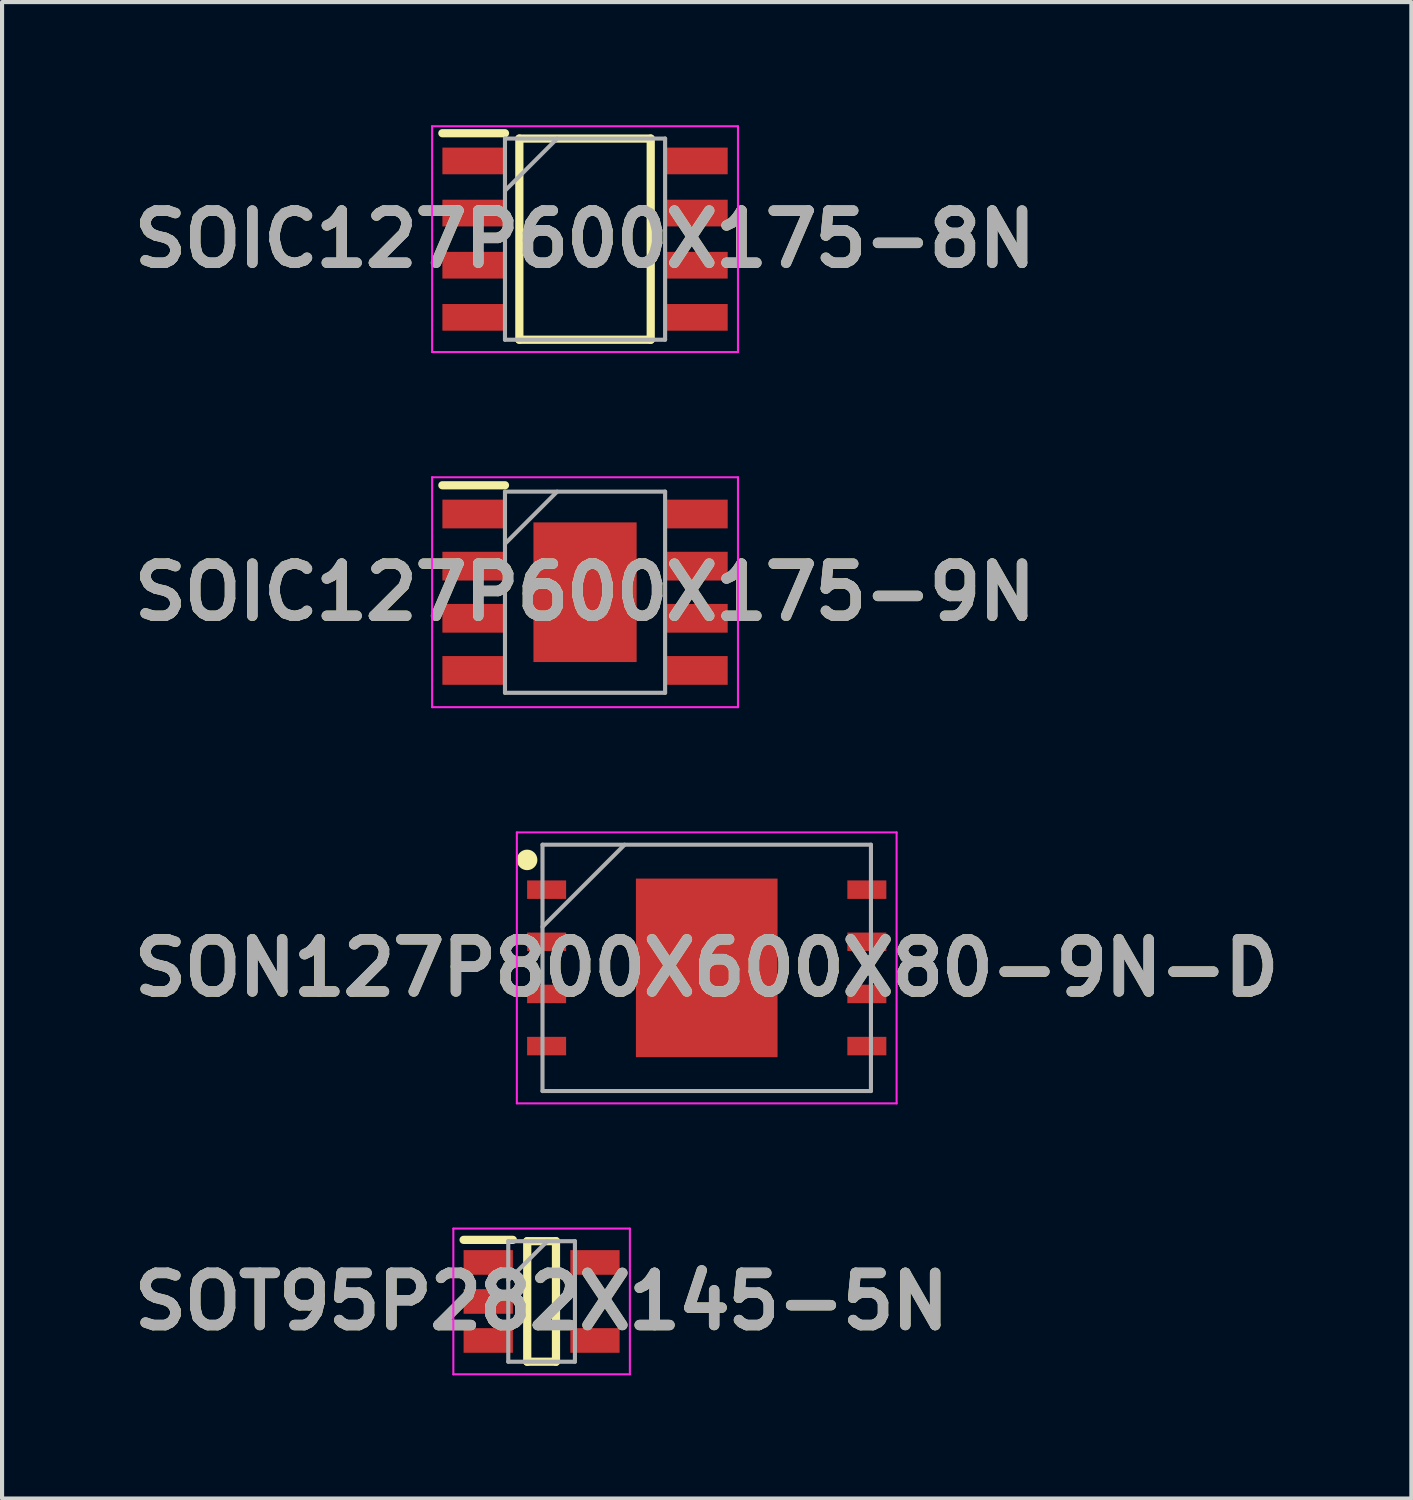
<source format=kicad_pcb>
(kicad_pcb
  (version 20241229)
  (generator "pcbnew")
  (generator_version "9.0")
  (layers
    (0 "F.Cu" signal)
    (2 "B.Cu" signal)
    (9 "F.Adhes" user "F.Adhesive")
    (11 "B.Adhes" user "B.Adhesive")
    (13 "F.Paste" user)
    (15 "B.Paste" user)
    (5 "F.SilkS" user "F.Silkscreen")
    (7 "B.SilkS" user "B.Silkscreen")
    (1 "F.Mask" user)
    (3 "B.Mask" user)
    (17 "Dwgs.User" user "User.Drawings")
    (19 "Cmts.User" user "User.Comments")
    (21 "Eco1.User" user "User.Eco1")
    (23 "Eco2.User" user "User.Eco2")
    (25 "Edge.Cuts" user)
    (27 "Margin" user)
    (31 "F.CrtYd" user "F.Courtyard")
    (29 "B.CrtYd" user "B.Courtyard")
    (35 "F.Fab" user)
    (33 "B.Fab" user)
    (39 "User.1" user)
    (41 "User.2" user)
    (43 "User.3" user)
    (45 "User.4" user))
  (footprint "SOT95P282X145-5N"
    (layer "F.Cu")
    (at 10.142 28.65)
    (property "Reference" "SOT95P282X145-5N" (at 0 0 0) (layer "F.SilkS") (effects (font (size 1.27 1.27) (thickness 0.254))))
    (attr smd)
    (fp_line (start -1.9 -1.5) (end -0.7 -1.5) (stroke (width 0.2) (type solid)) (layer "F.SilkS"))
    (fp_line (start -0.35 -1.468) (end 0.35 -1.468) (stroke (width 0.2) (type solid)) (layer "F.SilkS"))
    (fp_line (start -0.35 1.468) (end -0.35 -1.468) (stroke (width 0.2) (type solid)) (layer "F.SilkS"))
    (fp_line (start 0.35 -1.468) (end 0.35 1.468) (stroke (width 0.2) (type solid)) (layer "F.SilkS"))
    (fp_line (start 0.35 1.468) (end -0.35 1.468) (stroke (width 0.2) (type solid)) (layer "F.SilkS"))
    (fp_line (start -2.15 -1.775) (end 2.15 -1.775) (stroke (width 0.05) (type solid)) (layer "F.CrtYd"))
    (fp_line (start -2.15 1.775) (end -2.15 -1.775) (stroke (width 0.05) (type solid)) (layer "F.CrtYd"))
    (fp_line (start 2.15 -1.775) (end 2.15 1.775) (stroke (width 0.05) (type solid)) (layer "F.CrtYd"))
    (fp_line (start 2.15 1.775) (end -2.15 1.775) (stroke (width 0.05) (type solid)) (layer "F.CrtYd"))
    (fp_line (start -0.812 -1.468) (end 0.812 -1.468) (stroke (width 0.1) (type solid)) (layer "F.Fab"))
    (fp_line (start -0.812 -0.518) (end 0.138 -1.468) (stroke (width 0.1) (type solid)) (layer "F.Fab"))
    (fp_line (start -0.812 1.468) (end -0.812 -1.468) (stroke (width 0.1) (type solid)) (layer "F.Fab"))
    (fp_line (start 0.812 -1.468) (end 0.812 1.468) (stroke (width 0.1) (type solid)) (layer "F.Fab"))
    (fp_line (start 0.812 1.468) (end -0.812 1.468) (stroke (width 0.1) (type solid)) (layer "F.Fab"))
    (fp_text user "${REFERENCE}" (at 0 0 0) (layer "F.Fab") (effects (font (size 1.27 1.27) (thickness 0.254))))
    (pad "1" smd rect (at -1.3 -0.95 90) (size 0.6 1.2) (layers "F.Cu" "F.Paste"))
    (pad "2" smd rect (at -1.3 0 90) (size 0.6 1.2) (layers "F.Cu" "F.Paste"))
    (pad "3" smd rect (at -1.3 0.95 90) (size 0.6 1.2) (layers "F.Cu" "F.Paste"))
    (pad "4" smd rect (at 1.3 0.95 90) (size 0.6 1.2) (layers "F.Cu" "F.Paste"))
    (pad "5" smd rect (at 1.3 -0.95 90) (size 0.6 1.2) (layers "F.Cu" "F.Paste")))
  (footprint "SON127P800X600X80-9N-D"
    (layer "F.Cu")
    (at 14.164 20.525)
    (property "Reference" "SON127P800X600X80-9N-D" (at 0 0 0) (layer "F.SilkS") (effects (font (size 1.27 1.27) (thickness 0.254))))
    (attr smd)
    (fp_circle (center -4.375 -2.63) (end -4.375 -2.505) (stroke (width 0.25) (type solid)) (fill no) (layer "F.SilkS"))
    (fp_line (start -4.625 -3.3) (end 4.625 -3.3) (stroke (width 0.05) (type solid)) (layer "F.CrtYd"))
    (fp_line (start -4.625 3.3) (end -4.625 -3.3) (stroke (width 0.05) (type solid)) (layer "F.CrtYd"))
    (fp_line (start 4.625 -3.3) (end 4.625 3.3) (stroke (width 0.05) (type solid)) (layer "F.CrtYd"))
    (fp_line (start 4.625 3.3) (end -4.625 3.3) (stroke (width 0.05) (type solid)) (layer "F.CrtYd"))
    (fp_line (start -4 -3) (end 4 -3) (stroke (width 0.1) (type solid)) (layer "F.Fab"))
    (fp_line (start -4 -1) (end -2 -3) (stroke (width 0.1) (type solid)) (layer "F.Fab"))
    (fp_line (start -4 3) (end -4 -3) (stroke (width 0.1) (type solid)) (layer "F.Fab"))
    (fp_line (start 4 -3) (end 4 3) (stroke (width 0.1) (type solid)) (layer "F.Fab"))
    (fp_line (start 4 3) (end -4 3) (stroke (width 0.1) (type solid)) (layer "F.Fab"))
    (fp_text user "${REFERENCE}" (at 0 0 0) (layer "F.Fab") (effects (font (size 1.27 1.27) (thickness 0.254))))
    (pad "1" smd rect (at -3.9 -1.905 90) (size 0.45 0.95) (layers "F.Cu" "F.Paste"))
    (pad "2" smd rect (at -3.9 -0.635 90) (size 0.45 0.95) (layers "F.Cu" "F.Paste"))
    (pad "3" smd rect (at -3.9 0.635 90) (size 0.45 0.95) (layers "F.Cu" "F.Paste"))
    (pad "4" smd rect (at -3.9 1.905 90) (size 0.45 0.95) (layers "F.Cu" "F.Paste"))
    (pad "5" smd rect (at 3.9 1.905 90) (size 0.45 0.95) (layers "F.Cu" "F.Paste"))
    (pad "6" smd rect (at 3.9 0.635 90) (size 0.45 0.95) (layers "F.Cu" "F.Paste"))
    (pad "7" smd rect (at 3.9 -0.635 90) (size 0.45 0.95) (layers "F.Cu" "F.Paste"))
    (pad "8" smd rect (at 3.9 -1.905 90) (size 0.45 0.95) (layers "F.Cu" "F.Paste"))
    (pad "9" smd rect (at 0 0) (size 3.45 4.35) (layers "F.Cu" "F.Paste")))
  (footprint "SOIC127P600X175-8N"
    (layer "F.Cu")
    (at 11.2 2.775)
    (property "Reference" "SOIC127P600X175-8N" (at 0 0 0) (layer "F.SilkS") (effects (font (size 1.27 1.27) (thickness 0.254))))
    (attr smd)
    (fp_line (start -3.475 -2.58) (end -1.95 -2.58) (stroke (width 0.2) (type solid)) (layer "F.SilkS"))
    (fp_line (start -1.6 -2.45) (end 1.6 -2.45) (stroke (width 0.2) (type solid)) (layer "F.SilkS"))
    (fp_line (start -1.6 2.45) (end -1.6 -2.45) (stroke (width 0.2) (type solid)) (layer "F.SilkS"))
    (fp_line (start 1.6 -2.45) (end 1.6 2.45) (stroke (width 0.2) (type solid)) (layer "F.SilkS"))
    (fp_line (start 1.6 2.45) (end -1.6 2.45) (stroke (width 0.2) (type solid)) (layer "F.SilkS"))
    (fp_line (start -3.725 -2.75) (end 3.725 -2.75) (stroke (width 0.05) (type solid)) (layer "F.CrtYd"))
    (fp_line (start -3.725 2.75) (end -3.725 -2.75) (stroke (width 0.05) (type solid)) (layer "F.CrtYd"))
    (fp_line (start 3.725 -2.75) (end 3.725 2.75) (stroke (width 0.05) (type solid)) (layer "F.CrtYd"))
    (fp_line (start 3.725 2.75) (end -3.725 2.75) (stroke (width 0.05) (type solid)) (layer "F.CrtYd"))
    (fp_line (start -1.95 -2.45) (end 1.95 -2.45) (stroke (width 0.1) (type solid)) (layer "F.Fab"))
    (fp_line (start -1.95 -1.18) (end -0.68 -2.45) (stroke (width 0.1) (type solid)) (layer "F.Fab"))
    (fp_line (start -1.95 2.45) (end -1.95 -2.45) (stroke (width 0.1) (type solid)) (layer "F.Fab"))
    (fp_line (start 1.95 -2.45) (end 1.95 2.45) (stroke (width 0.1) (type solid)) (layer "F.Fab"))
    (fp_line (start 1.95 2.45) (end -1.95 2.45) (stroke (width 0.1) (type solid)) (layer "F.Fab"))
    (fp_text user "${REFERENCE}" (at 0 0 0) (layer "F.Fab") (effects (font (size 1.27 1.27) (thickness 0.254))))
    (pad "1" smd rect (at -2.712 -1.905 90) (size 0.65 1.525) (layers "F.Cu" "F.Mask" "F.Paste"))
    (pad "2" smd rect (at -2.712 -0.635 90) (size 0.65 1.525) (layers "F.Cu" "F.Mask" "F.Paste"))
    (pad "3" smd rect (at -2.712 0.635 90) (size 0.65 1.525) (layers "F.Cu" "F.Mask" "F.Paste"))
    (pad "4" smd rect (at -2.712 1.905 90) (size 0.65 1.525) (layers "F.Cu" "F.Mask" "F.Paste"))
    (pad "5" smd rect (at 2.712 1.905 90) (size 0.65 1.525) (layers "F.Cu" "F.Mask" "F.Paste"))
    (pad "6" smd rect (at 2.712 0.635 90) (size 0.65 1.525) (layers "F.Cu" "F.Mask" "F.Paste"))
    (pad "7" smd rect (at 2.712 -0.635 90) (size 0.65 1.525) (layers "F.Cu" "F.Mask" "F.Paste"))
    (pad "8" smd rect (at 2.712 -1.905 90) (size 0.65 1.525) (layers "F.Cu" "F.Mask" "F.Paste")))
  (footprint "SOIC127P600X175-9N"
    (layer "F.Cu")
    (at 11.2 11.375)
    (property "Reference" "SOIC127P600X175-9N" (at 0 0 0) (layer "F.SilkS") (effects (font (size 1.27 1.27) (thickness 0.254))))
    (attr smd)
    (fp_line (start -3.475 -2.605) (end -1.95 -2.605) (stroke (width 0.2) (type solid)) (layer "F.SilkS"))
    (fp_line (start -3.725 -2.8) (end 3.725 -2.8) (stroke (width 0.05) (type solid)) (layer "F.CrtYd"))
    (fp_line (start -3.725 2.8) (end -3.725 -2.8) (stroke (width 0.05) (type solid)) (layer "F.CrtYd"))
    (fp_line (start 3.725 -2.8) (end 3.725 2.8) (stroke (width 0.05) (type solid)) (layer "F.CrtYd"))
    (fp_line (start 3.725 2.8) (end -3.725 2.8) (stroke (width 0.05) (type solid)) (layer "F.CrtYd"))
    (fp_line (start -1.95 -2.45) (end 1.95 -2.45) (stroke (width 0.1) (type solid)) (layer "F.Fab"))
    (fp_line (start -1.95 -1.18) (end -0.68 -2.45) (stroke (width 0.1) (type solid)) (layer "F.Fab"))
    (fp_line (start -1.95 2.45) (end -1.95 -2.45) (stroke (width 0.1) (type solid)) (layer "F.Fab"))
    (fp_line (start 1.95 -2.45) (end 1.95 2.45) (stroke (width 0.1) (type solid)) (layer "F.Fab"))
    (fp_line (start 1.95 2.45) (end -1.95 2.45) (stroke (width 0.1) (type solid)) (layer "F.Fab"))
    (fp_text user "${REFERENCE}" (at 0 0 0) (layer "F.Fab") (effects (font (size 1.27 1.27) (thickness 0.254))))
    (pad "1" smd rect (at -2.712 -1.905 90) (size 0.7 1.525) (layers "F.Cu" "F.Mask" "F.Paste"))
    (pad "2" smd rect (at -2.712 -0.635 90) (size 0.7 1.525) (layers "F.Cu" "F.Mask" "F.Paste"))
    (pad "3" smd rect (at -2.712 0.635 90) (size 0.7 1.525) (layers "F.Cu" "F.Mask" "F.Paste"))
    (pad "4" smd rect (at -2.712 1.905 90) (size 0.7 1.525) (layers "F.Cu" "F.Mask" "F.Paste"))
    (pad "5" smd rect (at 2.712 1.905 90) (size 0.7 1.525) (layers "F.Cu" "F.Mask" "F.Paste"))
    (pad "6" smd rect (at 2.712 0.635 90) (size 0.7 1.525) (layers "F.Cu" "F.Mask" "F.Paste"))
    (pad "7" smd rect (at 2.712 -0.635 90) (size 0.7 1.525) (layers "F.Cu" "F.Mask" "F.Paste"))
    (pad "8" smd rect (at 2.712 -1.905 90) (size 0.7 1.525) (layers "F.Cu" "F.Mask" "F.Paste"))
    (pad "9" smd rect (at 0 0) (size 2.513 3.402) (layers "F.Cu" "F.Mask" "F.Paste")))
  (gr_rect
    (start -3 -3)
    (end 31.327 33.45)
    (stroke (width 0.1) (type default))
    (fill no)
    (layer "Edge.Cuts")))
</source>
